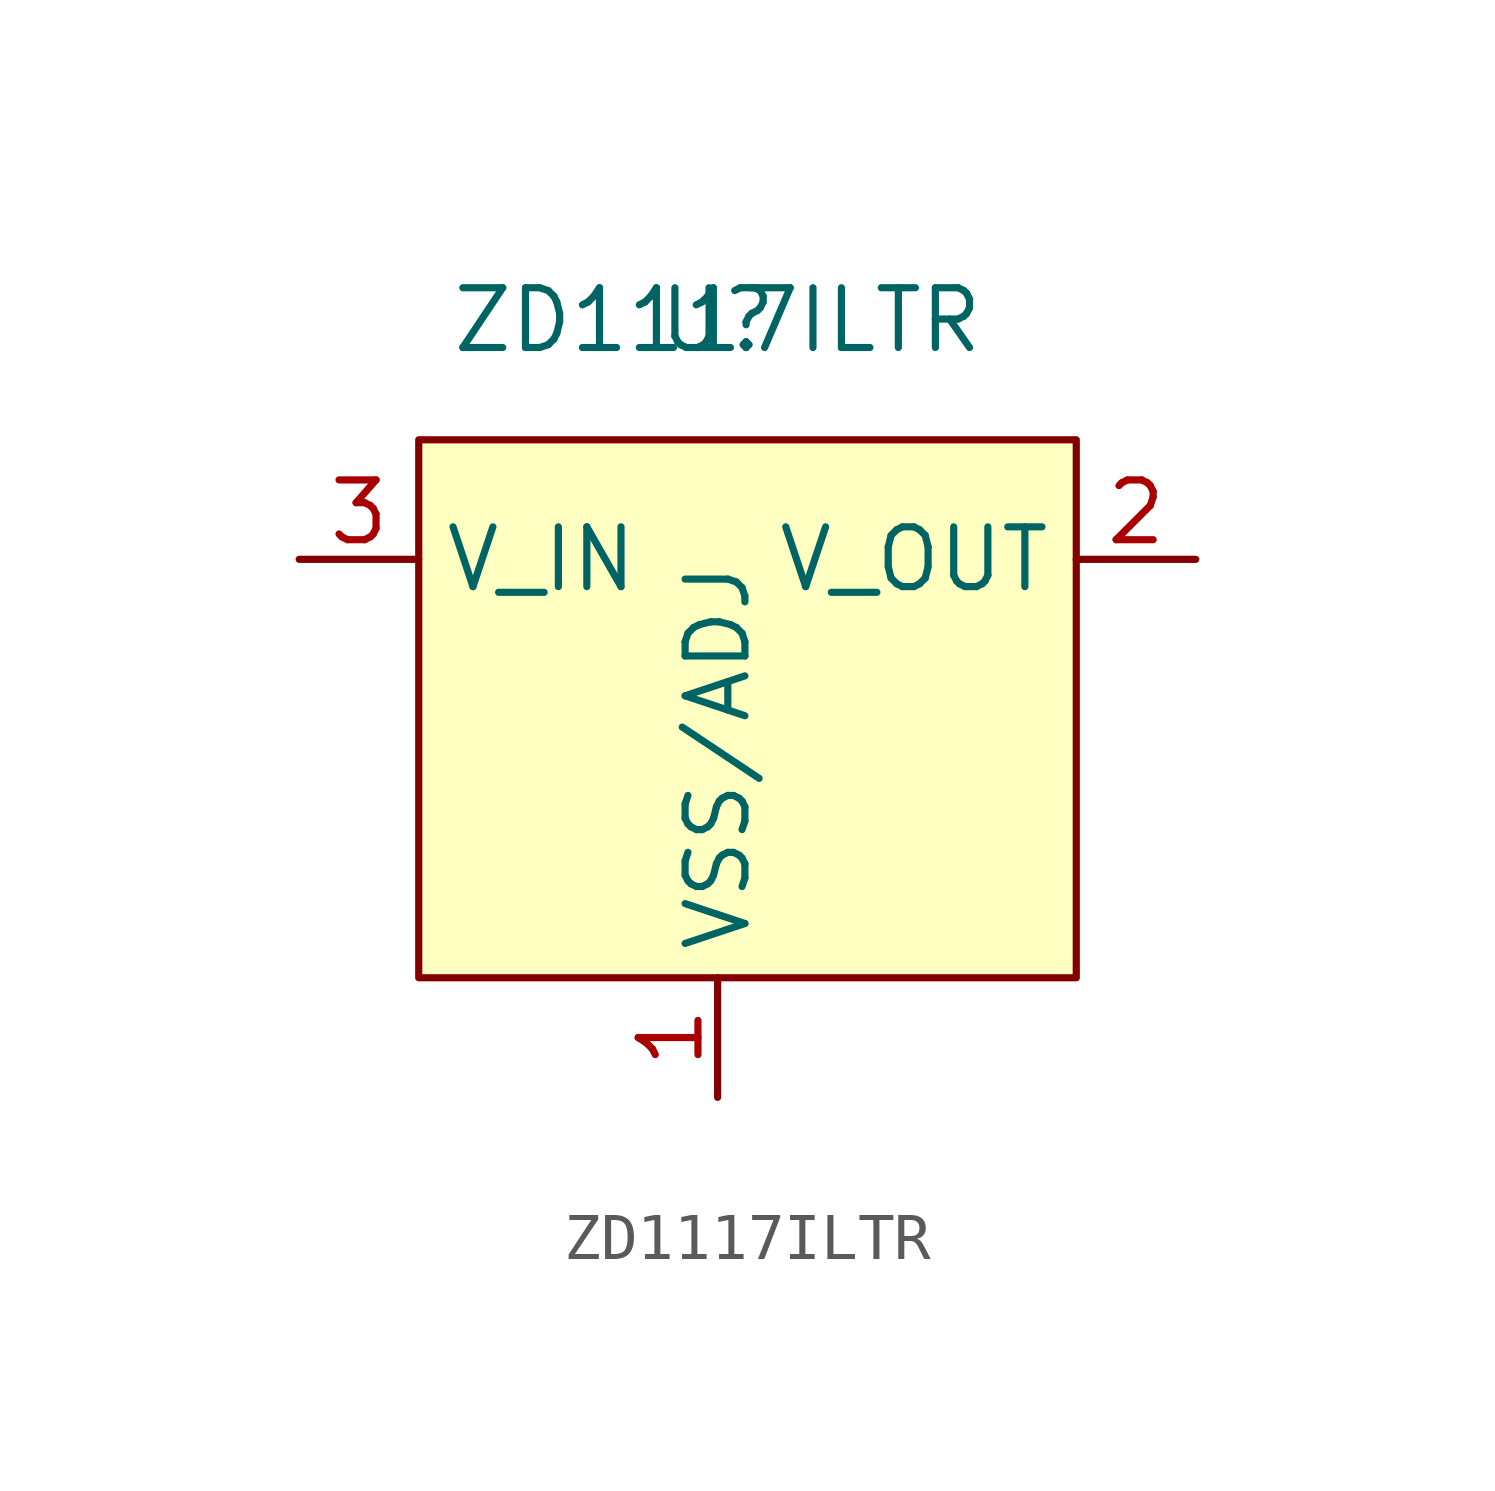
<source format=kicad_sym>
(kicad_symbol_lib
  (version 20211014)
  (generator kicad_symbol_editor)
  (symbol "ZD1117ILTR"
    (property "Reference" "U"
      (at 0 0 0)
      (effects (font (size 1.27 1.27))))
    (property "Value" "ZD1117ILTR"
      (at 0 0 0)
      (effects (font (size 1.27 1.27))))
    (symbol "ZD1117ILTR_0_1"
      (rectangle (start -6.35 -2.54) (end 7.62 -13.97) (stroke (width 0) (type default) (color 0 0 0 0)) (fill (type background))))
    (symbol "ZD1117ILTR_1_1"
      (pin power_out line (at 0 -16.51 90) (length 2.54) (name "VSS/ADJ" (effects (font (size 1.27 1.27)))) (number "1" (effects (font (size 1.27 1.27)))))
      (pin power_out line (at 10.16 -5.08 180) (length 2.54) (name "V_OUT" (effects (font (size 1.27 1.27)))) (number "2" (effects (font (size 1.27 1.27)))))
      (pin power_in line (at -8.89 -5.08 0) (length 2.54) (name "V_IN" (effects (font (size 1.27 1.27)))) (number "3" (effects (font (size 1.27 1.27)))))
      (pin no_connect line (at 10.16 -10.16 180) (length 2.54) hide (name "" (effects (font (size 1.27 1.27)))) (number "4" (effects (font (size 1.27 1.27))))))))
</source>
